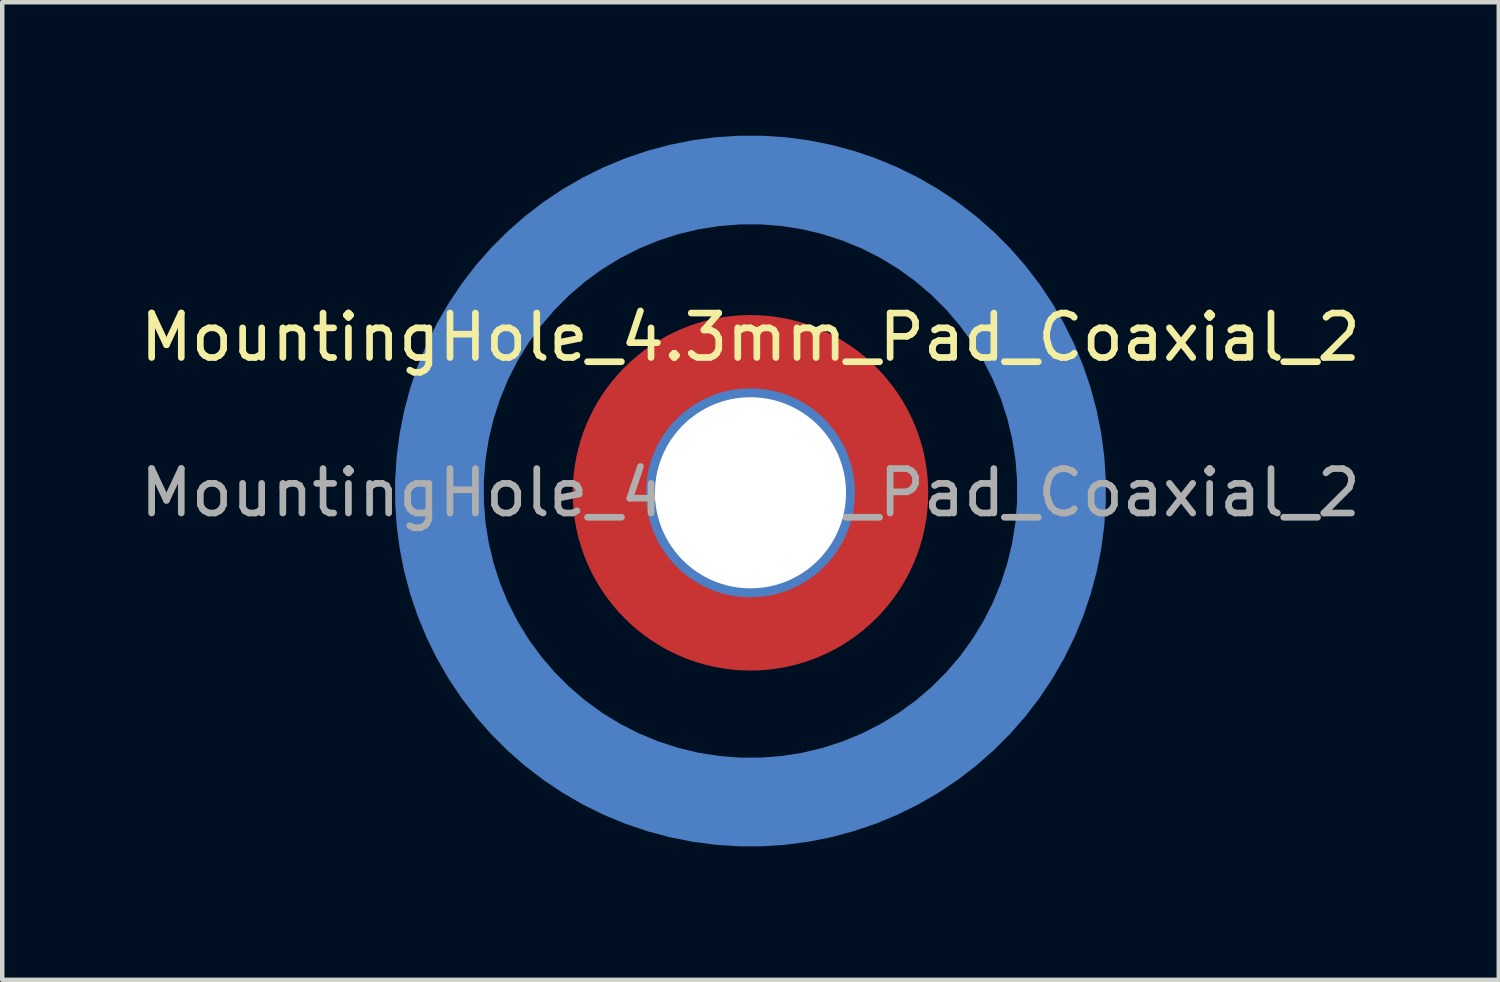
<source format=kicad_pcb>
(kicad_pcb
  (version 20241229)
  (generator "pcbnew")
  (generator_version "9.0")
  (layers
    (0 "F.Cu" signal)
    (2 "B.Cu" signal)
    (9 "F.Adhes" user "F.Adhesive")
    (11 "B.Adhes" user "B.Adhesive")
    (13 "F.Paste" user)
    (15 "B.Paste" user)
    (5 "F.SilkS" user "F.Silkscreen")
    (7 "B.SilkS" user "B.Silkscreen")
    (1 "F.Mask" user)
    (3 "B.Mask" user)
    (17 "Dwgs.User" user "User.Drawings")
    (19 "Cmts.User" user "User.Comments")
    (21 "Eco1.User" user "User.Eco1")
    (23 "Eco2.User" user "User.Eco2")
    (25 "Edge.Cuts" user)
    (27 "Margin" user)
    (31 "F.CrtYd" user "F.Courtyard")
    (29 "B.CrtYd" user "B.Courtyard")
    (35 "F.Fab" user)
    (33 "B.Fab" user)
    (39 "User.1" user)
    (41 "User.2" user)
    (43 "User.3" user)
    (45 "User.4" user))
  (footprint "MountingHole_4.3mm_Pad_Coaxial_2"
    (layer "F.Cu")
    (at 13.839 8.04)
    (property "Reference" "MountingHole_4.3mm_Pad_Coaxial_2" (at 0 -3.5 0) (layer "F.SilkS") (effects (font (size 1 1) (thickness 0.15))))
    (attr exclude_from_pos_files exclude_from_bom)
    (fp_text user "${REFERENCE}" (at 0 0 0) (layer "F.Fab") (effects (font (size 1 1) (thickness 0.15))))
    (pad "1" thru_hole circle (at 0 0) (size 4.7 4.7) (drill 4.3) (layers "*.Cu" "F.Mask"))
    (pad "1" connect circle (at 0 0) (size 8 8) (layers "F.Cu" "F.Mask"))
    (pad "2" smd custom (at -7 -0.05) (size 0.1 0.1) (layers "B.Cu" "B.Mask") (options (anchor circle)) (primitives (gr_circle (center 7 0.01) (end 14 0.01) (width 2) (fill no)))))
  (gr_rect
    (start -3 -3)
    (end 30.679 19)
    (stroke (width 0.1) (type default))
    (fill no)
    (layer "Edge.Cuts")))
</source>
